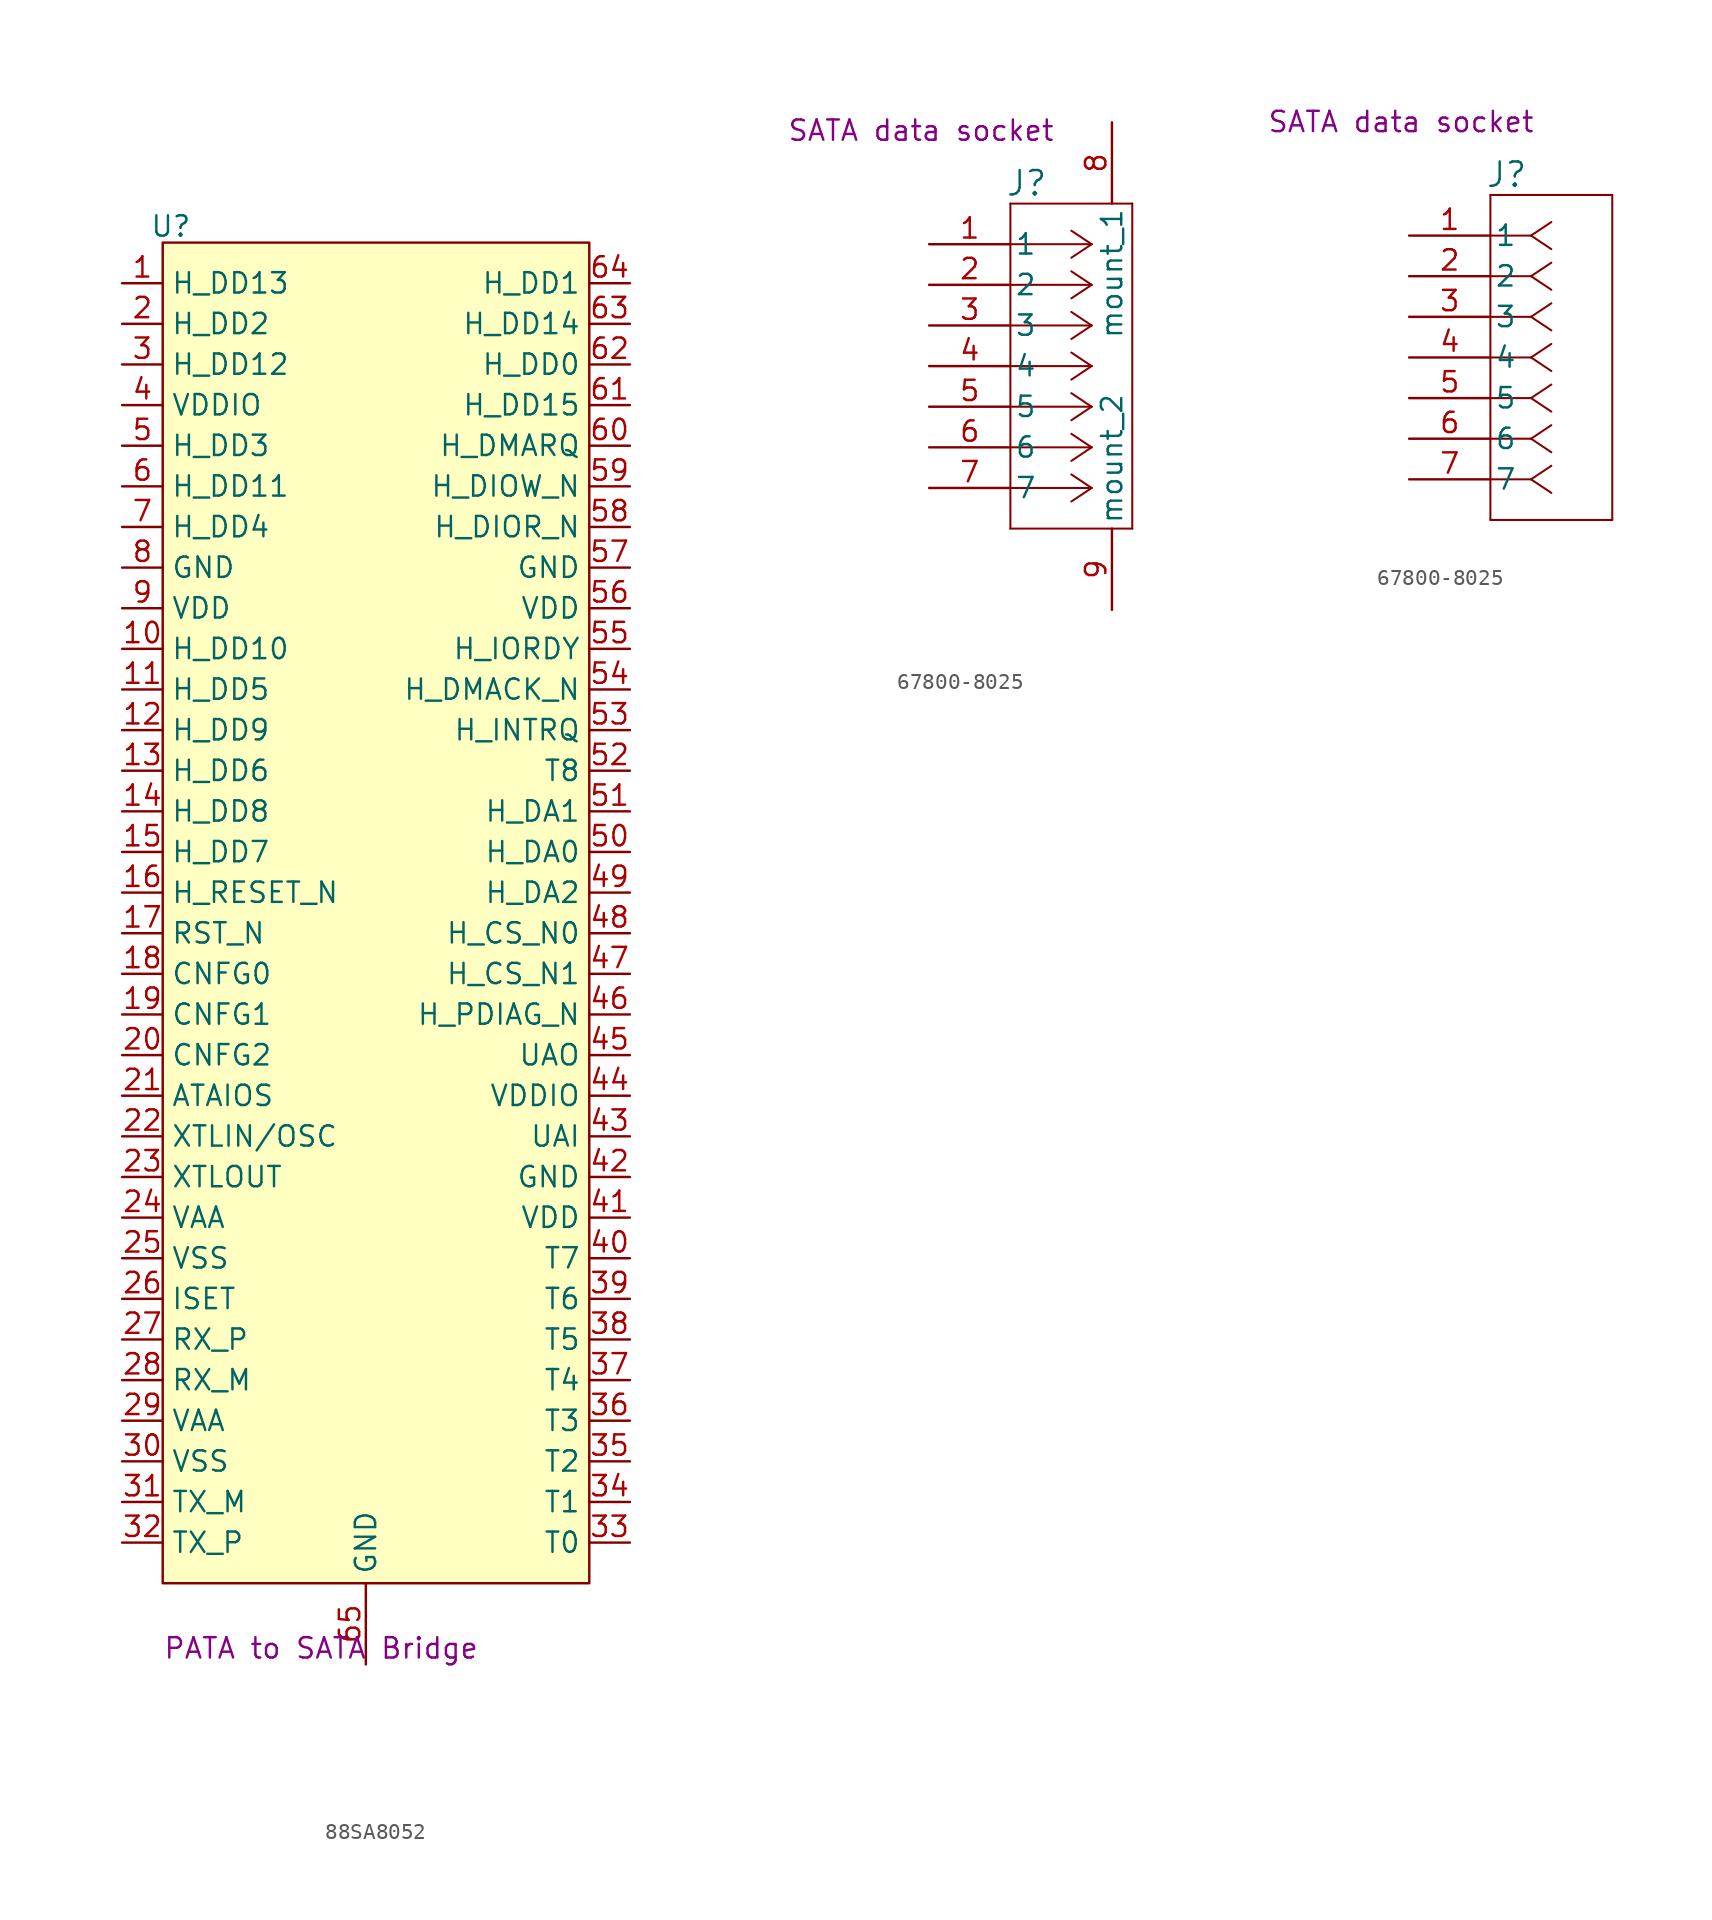
<source format=kicad_sym>
(kicad_symbol_lib
  (version 20231120)
  (generator "kicad_symbol_editor")
  (generator_version "8.0")
  (symbol "88SA8052"
    (property "Reference" "U"
      (at -12.192 41.656 0)
      (effects (font (size 1.27 1.27))))
    (property "Description" "PATA to SATA Bridge"
      (at -2.794 -47.244 0)
      (effects (font (size 1.27 1.27))))
    (symbol "88SA8052_1_1"
      (rectangle (start -12.7 40.64) (end 13.97 -43.18) (stroke (width 0) (type default)) (fill (type background)))
      (pin bidirectional line (at -15.24 38.1 0) (length 2.54) (name "H_DD13" (effects (font (size 1.27 1.27)))) (number "1" (effects (font (size 1.27 1.27)))))
      (pin bidirectional line (at -15.24 15.24 0) (length 2.54) (name "H_DD10" (effects (font (size 1.27 1.27)))) (number "10" (effects (font (size 1.27 1.27)))))
      (pin bidirectional line (at -15.24 12.7 0) (length 2.54) (name "H_DD5" (effects (font (size 1.27 1.27)))) (number "11" (effects (font (size 1.27 1.27)))))
      (pin bidirectional line (at -15.24 10.16 0) (length 2.54) (name "H_DD9" (effects (font (size 1.27 1.27)))) (number "12" (effects (font (size 1.27 1.27)))))
      (pin bidirectional line (at -15.24 7.62 0) (length 2.54) (name "H_DD6" (effects (font (size 1.27 1.27)))) (number "13" (effects (font (size 1.27 1.27)))))
      (pin bidirectional line (at -15.24 5.08 0) (length 2.54) (name "H_DD8" (effects (font (size 1.27 1.27)))) (number "14" (effects (font (size 1.27 1.27)))))
      (pin bidirectional line (at -15.24 2.54 0) (length 2.54) (name "H_DD7" (effects (font (size 1.27 1.27)))) (number "15" (effects (font (size 1.27 1.27)))))
      (pin input line (at -15.24 0 0) (length 2.54) (name "H_RESET_N" (effects (font (size 1.27 1.27)))) (number "16" (effects (font (size 1.27 1.27)))))
      (pin bidirectional line (at -15.24 -2.54 0) (length 2.54) (name "RST_N" (effects (font (size 1.27 1.27)))) (number "17" (effects (font (size 1.27 1.27)))))
      (pin bidirectional line (at -15.24 -5.08 0) (length 2.54) (name "CNFG0" (effects (font (size 1.27 1.27)))) (number "18" (effects (font (size 1.27 1.27)))))
      (pin bidirectional line (at -15.24 -7.62 0) (length 2.54) (name "CNFG1" (effects (font (size 1.27 1.27)))) (number "19" (effects (font (size 1.27 1.27)))))
      (pin bidirectional line (at -15.24 35.56 0) (length 2.54) (name "H_DD2" (effects (font (size 1.27 1.27)))) (number "2" (effects (font (size 1.27 1.27)))))
      (pin bidirectional line (at -15.24 -10.16 0) (length 2.54) (name "CNFG2" (effects (font (size 1.27 1.27)))) (number "20" (effects (font (size 1.27 1.27)))))
      (pin bidirectional line (at -15.24 -12.7 0) (length 2.54) (name "ATAIOS" (effects (font (size 1.27 1.27)))) (number "21" (effects (font (size 1.27 1.27)))))
      (pin bidirectional line (at -15.24 -15.24 0) (length 2.54) (name "XTLIN/OSC" (effects (font (size 1.27 1.27)))) (number "22" (effects (font (size 1.27 1.27)))))
      (pin bidirectional line (at -15.24 -17.78 0) (length 2.54) (name "XTLOUT" (effects (font (size 1.27 1.27)))) (number "23" (effects (font (size 1.27 1.27)))))
      (pin power_in line (at -15.24 -20.32 0) (length 2.54) (name "VAA" (effects (font (size 1.27 1.27)))) (number "24" (effects (font (size 1.27 1.27)))))
      (pin power_in line (at -15.24 -22.86 0) (length 2.54) (name "VSS" (effects (font (size 1.27 1.27)))) (number "25" (effects (font (size 1.27 1.27)))))
      (pin bidirectional line (at -15.24 -25.4 0) (length 2.54) (name "ISET" (effects (font (size 1.27 1.27)))) (number "26" (effects (font (size 1.27 1.27)))))
      (pin bidirectional line (at -15.24 -27.94 0) (length 2.54) (name "RX_P" (effects (font (size 1.27 1.27)))) (number "27" (effects (font (size 1.27 1.27)))))
      (pin bidirectional line (at -15.24 -30.48 0) (length 2.54) (name "RX_M" (effects (font (size 1.27 1.27)))) (number "28" (effects (font (size 1.27 1.27)))))
      (pin power_in line (at -15.24 -33.02 0) (length 2.54) (name "VAA" (effects (font (size 1.27 1.27)))) (number "29" (effects (font (size 1.27 1.27)))))
      (pin bidirectional line (at -15.24 33.02 0) (length 2.54) (name "H_DD12" (effects (font (size 1.27 1.27)))) (number "3" (effects (font (size 1.27 1.27)))))
      (pin power_in line (at -15.24 -35.56 0) (length 2.54) (name "VSS" (effects (font (size 1.27 1.27)))) (number "30" (effects (font (size 1.27 1.27)))))
      (pin bidirectional line (at -15.24 -38.1 0) (length 2.54) (name "TX_M" (effects (font (size 1.27 1.27)))) (number "31" (effects (font (size 1.27 1.27)))))
      (pin bidirectional line (at -15.24 -40.64 0) (length 2.54) (name "TX_P" (effects (font (size 1.27 1.27)))) (number "32" (effects (font (size 1.27 1.27)))))
      (pin bidirectional line (at 16.51 -40.64 180) (length 2.54) (name "T0" (effects (font (size 1.27 1.27)))) (number "33" (effects (font (size 1.27 1.27)))))
      (pin bidirectional line (at 16.51 -38.1 180) (length 2.54) (name "T1" (effects (font (size 1.27 1.27)))) (number "34" (effects (font (size 1.27 1.27)))))
      (pin bidirectional line (at 16.51 -35.56 180) (length 2.54) (name "T2" (effects (font (size 1.27 1.27)))) (number "35" (effects (font (size 1.27 1.27)))))
      (pin bidirectional line (at 16.51 -33.02 180) (length 2.54) (name "T3" (effects (font (size 1.27 1.27)))) (number "36" (effects (font (size 1.27 1.27)))))
      (pin bidirectional line (at 16.51 -30.48 180) (length 2.54) (name "T4" (effects (font (size 1.27 1.27)))) (number "37" (effects (font (size 1.27 1.27)))))
      (pin bidirectional line (at 16.51 -27.94 180) (length 2.54) (name "T5" (effects (font (size 1.27 1.27)))) (number "38" (effects (font (size 1.27 1.27)))))
      (pin bidirectional line (at 16.51 -25.4 180) (length 2.54) (name "T6" (effects (font (size 1.27 1.27)))) (number "39" (effects (font (size 1.27 1.27)))))
      (pin power_in line (at -15.24 30.48 0) (length 2.54) (name "VDDIO" (effects (font (size 1.27 1.27)))) (number "4" (effects (font (size 1.27 1.27)))))
      (pin bidirectional line (at 16.51 -22.86 180) (length 2.54) (name "T7" (effects (font (size 1.27 1.27)))) (number "40" (effects (font (size 1.27 1.27)))))
      (pin power_in line (at 16.51 -20.32 180) (length 2.54) (name "VDD" (effects (font (size 1.27 1.27)))) (number "41" (effects (font (size 1.27 1.27)))))
      (pin power_in line (at 16.51 -17.78 180) (length 2.54) (name "GND" (effects (font (size 1.27 1.27)))) (number "42" (effects (font (size 1.27 1.27)))))
      (pin bidirectional line (at 16.51 -15.24 180) (length 2.54) (name "UAI" (effects (font (size 1.27 1.27)))) (number "43" (effects (font (size 1.27 1.27)))))
      (pin power_in line (at 16.51 -12.7 180) (length 2.54) (name "VDDIO" (effects (font (size 1.27 1.27)))) (number "44" (effects (font (size 1.27 1.27)))))
      (pin bidirectional line (at 16.51 -10.16 180) (length 2.54) (name "UAO" (effects (font (size 1.27 1.27)))) (number "45" (effects (font (size 1.27 1.27)))))
      (pin bidirectional line (at 16.51 -7.62 180) (length 2.54) (name "H_PDIAG_N" (effects (font (size 1.27 1.27)))) (number "46" (effects (font (size 1.27 1.27)))))
      (pin bidirectional line (at 16.51 -5.08 180) (length 2.54) (name "H_CS_N1" (effects (font (size 1.27 1.27)))) (number "47" (effects (font (size 1.27 1.27)))))
      (pin bidirectional line (at 16.51 -2.54 180) (length 2.54) (name "H_CS_N0" (effects (font (size 1.27 1.27)))) (number "48" (effects (font (size 1.27 1.27)))))
      (pin bidirectional line (at 16.51 0 180) (length 2.54) (name "H_DA2" (effects (font (size 1.27 1.27)))) (number "49" (effects (font (size 1.27 1.27)))))
      (pin bidirectional line (at -15.24 27.94 0) (length 2.54) (name "H_DD3" (effects (font (size 1.27 1.27)))) (number "5" (effects (font (size 1.27 1.27)))))
      (pin bidirectional line (at 16.51 2.54 180) (length 2.54) (name "H_DA0" (effects (font (size 1.27 1.27)))) (number "50" (effects (font (size 1.27 1.27)))))
      (pin bidirectional line (at 16.51 5.08 180) (length 2.54) (name "H_DA1" (effects (font (size 1.27 1.27)))) (number "51" (effects (font (size 1.27 1.27)))))
      (pin bidirectional line (at 16.51 7.62 180) (length 2.54) (name "T8" (effects (font (size 1.27 1.27)))) (number "52" (effects (font (size 1.27 1.27)))))
      (pin bidirectional line (at 16.51 10.16 180) (length 2.54) (name "H_INTRQ" (effects (font (size 1.27 1.27)))) (number "53" (effects (font (size 1.27 1.27)))))
      (pin bidirectional line (at 16.51 12.7 180) (length 2.54) (name "H_DMACK_N" (effects (font (size 1.27 1.27)))) (number "54" (effects (font (size 1.27 1.27)))))
      (pin bidirectional line (at 16.51 15.24 180) (length 2.54) (name "H_IORDY" (effects (font (size 1.27 1.27)))) (number "55" (effects (font (size 1.27 1.27)))))
      (pin power_in line (at 16.51 17.78 180) (length 2.54) (name "VDD" (effects (font (size 1.27 1.27)))) (number "56" (effects (font (size 1.27 1.27)))))
      (pin power_in line (at 16.51 20.32 180) (length 2.54) (name "GND" (effects (font (size 1.27 1.27)))) (number "57" (effects (font (size 1.27 1.27)))))
      (pin bidirectional line (at 16.51 22.86 180) (length 2.54) (name "H_DIOR_N" (effects (font (size 1.27 1.27)))) (number "58" (effects (font (size 1.27 1.27)))))
      (pin bidirectional line (at 16.51 25.4 180) (length 2.54) (name "H_DIOW_N" (effects (font (size 1.27 1.27)))) (number "59" (effects (font (size 1.27 1.27)))))
      (pin bidirectional line (at -15.24 25.4 0) (length 2.54) (name "H_DD11" (effects (font (size 1.27 1.27)))) (number "6" (effects (font (size 1.27 1.27)))))
      (pin bidirectional line (at 16.51 27.94 180) (length 2.54) (name "H_DMARQ" (effects (font (size 1.27 1.27)))) (number "60" (effects (font (size 1.27 1.27)))))
      (pin bidirectional line (at 16.51 30.48 180) (length 2.54) (name "H_DD15" (effects (font (size 1.27 1.27)))) (number "61" (effects (font (size 1.27 1.27)))))
      (pin bidirectional line (at 16.51 33.02 180) (length 2.54) (name "H_DD0" (effects (font (size 1.27 1.27)))) (number "62" (effects (font (size 1.27 1.27)))))
      (pin bidirectional line (at 16.51 35.56 180) (length 2.54) (name "H_DD14" (effects (font (size 1.27 1.27)))) (number "63" (effects (font (size 1.27 1.27)))))
      (pin bidirectional line (at 16.51 38.1 180) (length 2.54) (name "H_DD1" (effects (font (size 1.27 1.27)))) (number "64" (effects (font (size 1.27 1.27)))))
      (pin power_in line (at 0 -48.26 90) (length 5.08) (name "GND" (effects (font (size 1.27 1.27)))) (number "65" (effects (font (size 1.27 1.27)))))
      (pin bidirectional line (at -15.24 22.86 0) (length 2.54) (name "H_DD4" (effects (font (size 1.27 1.27)))) (number "7" (effects (font (size 1.27 1.27)))))
      (pin power_in line (at -15.24 20.32 0) (length 2.54) (name "GND" (effects (font (size 1.27 1.27)))) (number "8" (effects (font (size 1.27 1.27)))))
      (pin power_in line (at -15.24 17.78 0) (length 2.54) (name "VDD" (effects (font (size 1.27 1.27)))) (number "9" (effects (font (size 1.27 1.27)))))))
  (symbol "67800-8025"
    (pin_names
      (offset 0.254))
    (property "Reference" "J"
      (at 6.096 3.81 0)
      (effects (font (size 1.524 1.524))))
    (property "Description" "SATA data socket"
      (at -0.508 7.112 0)
      (effects (font (size 1.27 1.27))))
    (symbol "67800-8025_1_1"
      (polyline (pts (xy 5.08 -17.78) (xy 12.7 -17.78)) (stroke (width 0.127) (type default)) (fill (type none)))
      (polyline (pts (xy 5.08 2.54) (xy 5.08 -17.78)) (stroke (width 0.127) (type default)) (fill (type none)))
      (polyline (pts (xy 10.16 -15.24) (xy 5.08 -15.24)) (stroke (width 0.127) (type default)) (fill (type none)))
      (polyline (pts (xy 10.16 -15.24) (xy 8.89 -16.087)) (stroke (width 0.127) (type default)) (fill (type none)))
      (polyline (pts (xy 10.16 -15.24) (xy 8.89 -14.393)) (stroke (width 0.127) (type default)) (fill (type none)))
      (polyline (pts (xy 10.16 -12.7) (xy 5.08 -12.7)) (stroke (width 0.127) (type default)) (fill (type none)))
      (polyline (pts (xy 10.16 -12.7) (xy 8.89 -13.547)) (stroke (width 0.127) (type default)) (fill (type none)))
      (polyline (pts (xy 10.16 -12.7) (xy 8.89 -11.853)) (stroke (width 0.127) (type default)) (fill (type none)))
      (polyline (pts (xy 10.16 -10.16) (xy 5.08 -10.16)) (stroke (width 0.127) (type default)) (fill (type none)))
      (polyline (pts (xy 10.16 -10.16) (xy 8.89 -11.007)) (stroke (width 0.127) (type default)) (fill (type none)))
      (polyline (pts (xy 10.16 -10.16) (xy 8.89 -9.313)) (stroke (width 0.127) (type default)) (fill (type none)))
      (polyline (pts (xy 10.16 -7.62) (xy 5.08 -7.62)) (stroke (width 0.127) (type default)) (fill (type none)))
      (polyline (pts (xy 10.16 -7.62) (xy 8.89 -8.467)) (stroke (width 0.127) (type default)) (fill (type none)))
      (polyline (pts (xy 10.16 -7.62) (xy 8.89 -6.773)) (stroke (width 0.127) (type default)) (fill (type none)))
      (polyline (pts (xy 10.16 -5.08) (xy 5.08 -5.08)) (stroke (width 0.127) (type default)) (fill (type none)))
      (polyline (pts (xy 10.16 -5.08) (xy 8.89 -5.927)) (stroke (width 0.127) (type default)) (fill (type none)))
      (polyline (pts (xy 10.16 -5.08) (xy 8.89 -4.233)) (stroke (width 0.127) (type default)) (fill (type none)))
      (polyline (pts (xy 10.16 -2.54) (xy 5.08 -2.54)) (stroke (width 0.127) (type default)) (fill (type none)))
      (polyline (pts (xy 10.16 -2.54) (xy 8.89 -3.387)) (stroke (width 0.127) (type default)) (fill (type none)))
      (polyline (pts (xy 10.16 -2.54) (xy 8.89 -1.693)) (stroke (width 0.127) (type default)) (fill (type none)))
      (polyline (pts (xy 10.16 0) (xy 5.08 0)) (stroke (width 0.127) (type default)) (fill (type none)))
      (polyline (pts (xy 10.16 0) (xy 8.89 -0.847)) (stroke (width 0.127) (type default)) (fill (type none)))
      (polyline (pts (xy 10.16 0) (xy 8.89 0.847)) (stroke (width 0.127) (type default)) (fill (type none)))
      (polyline (pts (xy 12.7 -17.78) (xy 12.7 2.54)) (stroke (width 0.127) (type default)) (fill (type none)))
      (polyline (pts (xy 12.7 2.54) (xy 5.08 2.54)) (stroke (width 0.127) (type default)) (fill (type none)))
      (pin bidirectional line (at 0 0 0) (length 5.08) (name "1" (effects (font (size 1.27 1.27)))) (number "1" (effects (font (size 1.27 1.27)))))
      (pin bidirectional line (at 0 -2.54 0) (length 5.08) (name "2" (effects (font (size 1.27 1.27)))) (number "2" (effects (font (size 1.27 1.27)))))
      (pin bidirectional line (at 0 -5.08 0) (length 5.08) (name "3" (effects (font (size 1.27 1.27)))) (number "3" (effects (font (size 1.27 1.27)))))
      (pin bidirectional line (at 0 -7.62 0) (length 5.08) (name "4" (effects (font (size 1.27 1.27)))) (number "4" (effects (font (size 1.27 1.27)))))
      (pin bidirectional line (at 0 -10.16 0) (length 5.08) (name "5" (effects (font (size 1.27 1.27)))) (number "5" (effects (font (size 1.27 1.27)))))
      (pin bidirectional line (at 0 -12.7 0) (length 5.08) (name "6" (effects (font (size 1.27 1.27)))) (number "6" (effects (font (size 1.27 1.27)))))
      (pin bidirectional line (at 0 -15.24 0) (length 5.08) (name "7" (effects (font (size 1.27 1.27)))) (number "7" (effects (font (size 1.27 1.27)))))
      (pin power_in line (at 11.43 7.62 270) (length 5.08) (name "mount_1" (effects (font (size 1.27 1.27)))) (number "8" (effects (font (size 1.27 1.27)))))
      (pin power_in line (at 11.43 -22.86 90) (length 5.08) (name "mount_2" (effects (font (size 1.27 1.27)))) (number "9" (effects (font (size 1.27 1.27))))))
    (symbol "67800-8025_1_2"
      (polyline (pts (xy 5.08 -17.78) (xy 12.7 -17.78)) (stroke (width 0.127) (type default)) (fill (type none)))
      (polyline (pts (xy 5.08 2.54) (xy 5.08 -17.78)) (stroke (width 0.127) (type default)) (fill (type none)))
      (polyline (pts (xy 7.62 -15.24) (xy 5.08 -15.24)) (stroke (width 0.127) (type default)) (fill (type none)))
      (polyline (pts (xy 7.62 -15.24) (xy 8.89 -16.087)) (stroke (width 0.127) (type default)) (fill (type none)))
      (polyline (pts (xy 7.62 -15.24) (xy 8.89 -14.393)) (stroke (width 0.127) (type default)) (fill (type none)))
      (polyline (pts (xy 7.62 -12.7) (xy 5.08 -12.7)) (stroke (width 0.127) (type default)) (fill (type none)))
      (polyline (pts (xy 7.62 -12.7) (xy 8.89 -13.547)) (stroke (width 0.127) (type default)) (fill (type none)))
      (polyline (pts (xy 7.62 -12.7) (xy 8.89 -11.853)) (stroke (width 0.127) (type default)) (fill (type none)))
      (polyline (pts (xy 7.62 -10.16) (xy 5.08 -10.16)) (stroke (width 0.127) (type default)) (fill (type none)))
      (polyline (pts (xy 7.62 -10.16) (xy 8.89 -11.007)) (stroke (width 0.127) (type default)) (fill (type none)))
      (polyline (pts (xy 7.62 -10.16) (xy 8.89 -9.313)) (stroke (width 0.127) (type default)) (fill (type none)))
      (polyline (pts (xy 7.62 -7.62) (xy 5.08 -7.62)) (stroke (width 0.127) (type default)) (fill (type none)))
      (polyline (pts (xy 7.62 -7.62) (xy 8.89 -8.467)) (stroke (width 0.127) (type default)) (fill (type none)))
      (polyline (pts (xy 7.62 -7.62) (xy 8.89 -6.773)) (stroke (width 0.127) (type default)) (fill (type none)))
      (polyline (pts (xy 7.62 -5.08) (xy 5.08 -5.08)) (stroke (width 0.127) (type default)) (fill (type none)))
      (polyline (pts (xy 7.62 -5.08) (xy 8.89 -5.927)) (stroke (width 0.127) (type default)) (fill (type none)))
      (polyline (pts (xy 7.62 -5.08) (xy 8.89 -4.233)) (stroke (width 0.127) (type default)) (fill (type none)))
      (polyline (pts (xy 7.62 -2.54) (xy 5.08 -2.54)) (stroke (width 0.127) (type default)) (fill (type none)))
      (polyline (pts (xy 7.62 -2.54) (xy 8.89 -3.387)) (stroke (width 0.127) (type default)) (fill (type none)))
      (polyline (pts (xy 7.62 -2.54) (xy 8.89 -1.693)) (stroke (width 0.127) (type default)) (fill (type none)))
      (polyline (pts (xy 7.62 0) (xy 5.08 0)) (stroke (width 0.127) (type default)) (fill (type none)))
      (polyline (pts (xy 7.62 0) (xy 8.89 -0.847)) (stroke (width 0.127) (type default)) (fill (type none)))
      (polyline (pts (xy 7.62 0) (xy 8.89 0.847)) (stroke (width 0.127) (type default)) (fill (type none)))
      (polyline (pts (xy 12.7 -17.78) (xy 12.7 2.54)) (stroke (width 0.127) (type default)) (fill (type none)))
      (polyline (pts (xy 12.7 2.54) (xy 5.08 2.54)) (stroke (width 0.127) (type default)) (fill (type none)))
      (pin bidirectional line (at 0 0 0) (length 5.08) (name "1" (effects (font (size 1.27 1.27)))) (number "1" (effects (font (size 1.27 1.27)))))
      (pin bidirectional line (at 0 -2.54 0) (length 5.08) (name "2" (effects (font (size 1.27 1.27)))) (number "2" (effects (font (size 1.27 1.27)))))
      (pin bidirectional line (at 0 -5.08 0) (length 5.08) (name "3" (effects (font (size 1.27 1.27)))) (number "3" (effects (font (size 1.27 1.27)))))
      (pin bidirectional line (at 0 -7.62 0) (length 5.08) (name "4" (effects (font (size 1.27 1.27)))) (number "4" (effects (font (size 1.27 1.27)))))
      (pin bidirectional line (at 0 -10.16 0) (length 5.08) (name "5" (effects (font (size 1.27 1.27)))) (number "5" (effects (font (size 1.27 1.27)))))
      (pin bidirectional line (at 0 -12.7 0) (length 5.08) (name "6" (effects (font (size 1.27 1.27)))) (number "6" (effects (font (size 1.27 1.27)))))
      (pin bidirectional line (at 0 -15.24 0) (length 5.08) (name "7" (effects (font (size 1.27 1.27)))) (number "7" (effects (font (size 1.27 1.27))))))))
</source>
